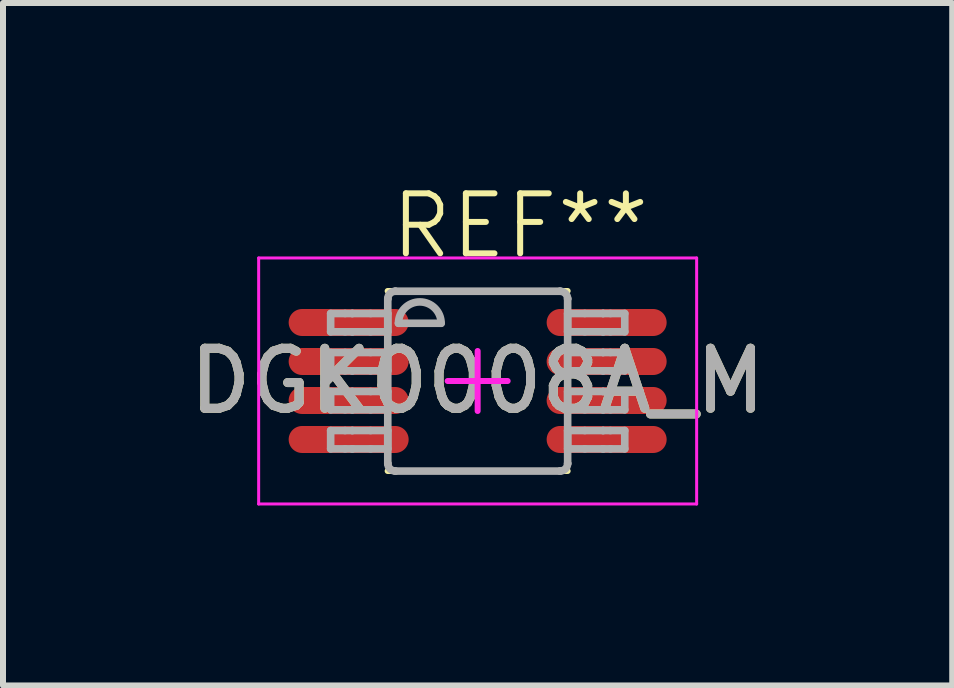
<source format=kicad_pcb>
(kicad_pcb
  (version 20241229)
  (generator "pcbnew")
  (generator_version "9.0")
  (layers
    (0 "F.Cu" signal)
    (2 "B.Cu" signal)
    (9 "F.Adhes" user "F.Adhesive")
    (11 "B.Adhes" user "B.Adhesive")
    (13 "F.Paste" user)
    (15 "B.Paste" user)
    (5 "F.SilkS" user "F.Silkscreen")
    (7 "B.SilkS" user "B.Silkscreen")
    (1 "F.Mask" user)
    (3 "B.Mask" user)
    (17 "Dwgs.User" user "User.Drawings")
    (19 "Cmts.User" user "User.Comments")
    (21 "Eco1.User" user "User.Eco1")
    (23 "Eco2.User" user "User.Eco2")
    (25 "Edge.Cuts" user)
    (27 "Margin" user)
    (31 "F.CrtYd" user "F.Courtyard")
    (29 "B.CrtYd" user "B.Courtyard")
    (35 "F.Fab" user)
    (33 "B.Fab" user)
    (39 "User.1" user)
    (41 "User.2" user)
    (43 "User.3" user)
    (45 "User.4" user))
  (footprint "DGK0008A_M"
    (layer "F.Cu")
    (at 4.911 3.3)
    (property "Reference" "DGK0008A_M" (at 0 0 0) (unlocked yes) (layer "F.SilkS") (effects (font (size 1 1) (thickness 0.15))))
    (attr smd)
    (fp_line (start -1.5 -1.5) (end 1.5 -1.5) (stroke (width 0.1) (type default)) (layer "F.SilkS"))
    (fp_line (start -1.5 1.5) (end 1.5 1.5) (stroke (width 0.1) (type default)) (layer "F.SilkS"))
    (fp_line (start -3.65 -2.05) (end 3.65 -2.05) (stroke (width 0.05) (type solid)) (layer "F.CrtYd"))
    (fp_line (start -3.65 2.05) (end -3.65 -2.05) (stroke (width 0.05) (type solid)) (layer "F.CrtYd"))
    (fp_line (start -3.65 2.05) (end 3.65 2.05) (stroke (width 0.05) (type solid)) (layer "F.CrtYd"))
    (fp_line (start -0.5 -0.000003) (end 0.5 -0.000003) (stroke (width 0.1) (type solid)) (layer "F.CrtYd"))
    (fp_line (start 0.000003 0.5) (end 0.000003 -0.5) (stroke (width 0.1) (type solid)) (layer "F.CrtYd"))
    (fp_line (start 3.65 2.05) (end 3.65 -2.05) (stroke (width 0.05) (type solid)) (layer "F.CrtYd"))
    (fp_line (start -2.45 -1.125) (end -2.21 -1.125) (stroke (width 0.127) (type solid)) (layer "F.Fab"))
    (fp_line (start -2.45 -0.82) (end -2.45 -1.125) (stroke (width 0.127) (type solid)) (layer "F.Fab"))
    (fp_line (start -2.45 -0.82) (end -2.21 -0.82) (stroke (width 0.127) (type solid)) (layer "F.Fab"))
    (fp_line (start -2.45 -0.475) (end -2.21 -0.475) (stroke (width 0.127) (type solid)) (layer "F.Fab"))
    (fp_line (start -2.45 -0.17) (end -2.45 -0.475) (stroke (width 0.127) (type solid)) (layer "F.Fab"))
    (fp_line (start -2.45 -0.17) (end -2.21 -0.17) (stroke (width 0.127) (type solid)) (layer "F.Fab"))
    (fp_line (start -2.45 0.175) (end -2.21 0.175) (stroke (width 0.127) (type solid)) (layer "F.Fab"))
    (fp_line (start -2.45 0.48) (end -2.45 0.175) (stroke (width 0.127) (type solid)) (layer "F.Fab"))
    (fp_line (start -2.45 0.48) (end -2.21 0.48) (stroke (width 0.127) (type solid)) (layer "F.Fab"))
    (fp_line (start -2.45 0.826) (end -2.21 0.826) (stroke (width 0.127) (type solid)) (layer "F.Fab"))
    (fp_line (start -2.45 1.131) (end -2.45 0.826) (stroke (width 0.127) (type solid)) (layer "F.Fab"))
    (fp_line (start -2.45 1.131) (end -2.21 1.131) (stroke (width 0.127) (type solid)) (layer "F.Fab"))
    (fp_line (start -2.21 -1.125) (end -2.091 -1.125) (stroke (width 0.127) (type solid)) (layer "F.Fab"))
    (fp_line (start -2.21 -0.82) (end -2.091 -0.82) (stroke (width 0.127) (type solid)) (layer "F.Fab"))
    (fp_line (start -2.21 -0.475) (end -2.091 -0.475) (stroke (width 0.127) (type solid)) (layer "F.Fab"))
    (fp_line (start -2.21 -0.17) (end -2.091 -0.17) (stroke (width 0.127) (type solid)) (layer "F.Fab"))
    (fp_line (start -2.21 0.175) (end -2.091 0.175) (stroke (width 0.127) (type solid)) (layer "F.Fab"))
    (fp_line (start -2.21 0.48) (end -2.091 0.48) (stroke (width 0.127) (type solid)) (layer "F.Fab"))
    (fp_line (start -2.21 0.826) (end -2.091 0.826) (stroke (width 0.127) (type solid)) (layer "F.Fab"))
    (fp_line (start -2.21 1.131) (end -2.091 1.131) (stroke (width 0.127) (type solid)) (layer "F.Fab"))
    (fp_line (start -2.091 -1.125) (end -2.087 -1.125) (stroke (width 0.127) (type solid)) (layer "F.Fab"))
    (fp_line (start -2.091 -0.82) (end -2.087 -0.82) (stroke (width 0.127) (type solid)) (layer "F.Fab"))
    (fp_line (start -2.091 -0.475) (end -2.087 -0.475) (stroke (width 0.127) (type solid)) (layer "F.Fab"))
    (fp_line (start -2.091 -0.17) (end -2.087 -0.17) (stroke (width 0.127) (type solid)) (layer "F.Fab"))
    (fp_line (start -2.091 0.175) (end -2.087 0.175) (stroke (width 0.127) (type solid)) (layer "F.Fab"))
    (fp_line (start -2.091 0.48) (end -2.087 0.48) (stroke (width 0.127) (type solid)) (layer "F.Fab"))
    (fp_line (start -2.091 0.826) (end -2.087 0.826) (stroke (width 0.127) (type solid)) (layer "F.Fab"))
    (fp_line (start -2.091 1.131) (end -2.087 1.131) (stroke (width 0.127) (type solid)) (layer "F.Fab"))
    (fp_line (start -2.087 -1.125) (end -1.784 -1.125) (stroke (width 0.127) (type solid)) (layer "F.Fab"))
    (fp_line (start -2.087 -0.82) (end -1.784 -0.82) (stroke (width 0.127) (type solid)) (layer "F.Fab"))
    (fp_line (start -2.087 -0.475) (end -1.784 -0.475) (stroke (width 0.127) (type solid)) (layer "F.Fab"))
    (fp_line (start -2.087 -0.17) (end -1.784 -0.17) (stroke (width 0.127) (type solid)) (layer "F.Fab"))
    (fp_line (start -2.087 0.175) (end -1.784 0.175) (stroke (width 0.127) (type solid)) (layer "F.Fab"))
    (fp_line (start -2.087 0.48) (end -1.784 0.48) (stroke (width 0.127) (type solid)) (layer "F.Fab"))
    (fp_line (start -2.087 0.826) (end -1.784 0.826) (stroke (width 0.127) (type solid)) (layer "F.Fab"))
    (fp_line (start -2.087 1.131) (end -1.784 1.131) (stroke (width 0.127) (type solid)) (layer "F.Fab"))
    (fp_line (start -1.784 -1.125) (end -1.498 -1.125) (stroke (width 0.127) (type solid)) (layer "F.Fab"))
    (fp_line (start -1.784 -0.82) (end -1.498 -0.82) (stroke (width 0.127) (type solid)) (layer "F.Fab"))
    (fp_line (start -1.784 -0.475) (end -1.498 -0.475) (stroke (width 0.127) (type solid)) (layer "F.Fab"))
    (fp_line (start -1.784 -0.17) (end -1.498 -0.17) (stroke (width 0.127) (type solid)) (layer "F.Fab"))
    (fp_line (start -1.784 0.175) (end -1.498 0.175) (stroke (width 0.127) (type solid)) (layer "F.Fab"))
    (fp_line (start -1.784 0.48) (end -1.498 0.48) (stroke (width 0.127) (type solid)) (layer "F.Fab"))
    (fp_line (start -1.784 0.826) (end -1.498 0.826) (stroke (width 0.127) (type solid)) (layer "F.Fab"))
    (fp_line (start -1.784 1.131) (end -1.498 1.131) (stroke (width 0.127) (type solid)) (layer "F.Fab"))
    (fp_line (start -1.498 -1.369) (end -1.497 -1.372) (stroke (width 0.127) (type solid)) (layer "F.Fab"))
    (fp_line (start -1.498 -0.82) (end -1.498 -1.125) (stroke (width 0.127) (type solid)) (layer "F.Fab"))
    (fp_line (start -1.498 -0.17) (end -1.498 -0.475) (stroke (width 0.127) (type solid)) (layer "F.Fab"))
    (fp_line (start -1.498 0.48) (end -1.498 0.175) (stroke (width 0.127) (type solid)) (layer "F.Fab"))
    (fp_line (start -1.498 1.131) (end -1.498 0.826) (stroke (width 0.127) (type solid)) (layer "F.Fab"))
    (fp_line (start -1.498 1.374) (end -1.498 -1.369) (stroke (width 0.127) (type solid)) (layer "F.Fab"))
    (fp_line (start -1.498 1.374) (end -1.497 1.377) (stroke (width 0.127) (type solid)) (layer "F.Fab"))
    (fp_line (start -1.373 -1.496) (end -1.371 -1.496) (stroke (width 0.127) (type solid)) (layer "F.Fab"))
    (fp_line (start -1.373 1.501) (end -1.371 1.501) (stroke (width 0.127) (type solid)) (layer "F.Fab"))
    (fp_line (start -1.371 -1.496) (end 1.373 -1.496) (stroke (width 0.127) (type solid)) (layer "F.Fab"))
    (fp_line (start -1.371 1.501) (end 1.373 1.501) (stroke (width 0.127) (type solid)) (layer "F.Fab"))
    (fp_line (start -1.32 -0.962) (end -0.609 -0.962) (stroke (width 0.127) (type solid)) (layer "F.Fab"))
    (fp_line (start 1.373 -1.496) (end 1.375 -1.496) (stroke (width 0.127) (type solid)) (layer "F.Fab"))
    (fp_line (start 1.373 1.501) (end 1.375 1.501) (stroke (width 0.127) (type solid)) (layer "F.Fab"))
    (fp_line (start 1.5 -1.372) (end 1.5 -1.369) (stroke (width 0.127) (type solid)) (layer "F.Fab"))
    (fp_line (start 1.5 1.377) (end 1.5 1.374) (stroke (width 0.127) (type solid)) (layer "F.Fab"))
    (fp_line (start 1.5 -1.125) (end 1.786 -1.125) (stroke (width 0.127) (type solid)) (layer "F.Fab"))
    (fp_line (start 1.5 -0.82) (end 1.5 -1.125) (stroke (width 0.127) (type solid)) (layer "F.Fab"))
    (fp_line (start 1.5 -0.82) (end 1.786 -0.82) (stroke (width 0.127) (type solid)) (layer "F.Fab"))
    (fp_line (start 1.5 -0.475) (end 1.786 -0.475) (stroke (width 0.127) (type solid)) (layer "F.Fab"))
    (fp_line (start 1.5 -0.17) (end 1.5 -0.475) (stroke (width 0.127) (type solid)) (layer "F.Fab"))
    (fp_line (start 1.5 -0.17) (end 1.786 -0.17) (stroke (width 0.127) (type solid)) (layer "F.Fab"))
    (fp_line (start 1.5 0.175) (end 1.786 0.175) (stroke (width 0.127) (type solid)) (layer "F.Fab"))
    (fp_line (start 1.5 0.48) (end 1.5 0.175) (stroke (width 0.127) (type solid)) (layer "F.Fab"))
    (fp_line (start 1.5 0.48) (end 1.786 0.48) (stroke (width 0.127) (type solid)) (layer "F.Fab"))
    (fp_line (start 1.5 0.826) (end 1.786 0.826) (stroke (width 0.127) (type solid)) (layer "F.Fab"))
    (fp_line (start 1.5 1.131) (end 1.5 0.826) (stroke (width 0.127) (type solid)) (layer "F.Fab"))
    (fp_line (start 1.5 1.131) (end 1.786 1.131) (stroke (width 0.127) (type solid)) (layer "F.Fab"))
    (fp_line (start 1.5 1.374) (end 1.5 -1.369) (stroke (width 0.127) (type solid)) (layer "F.Fab"))
    (fp_line (start 1.786 -1.125) (end 2.089 -1.125) (stroke (width 0.127) (type solid)) (layer "F.Fab"))
    (fp_line (start 1.786 -0.82) (end 2.089 -0.82) (stroke (width 0.127) (type solid)) (layer "F.Fab"))
    (fp_line (start 1.786 -0.475) (end 2.089 -0.475) (stroke (width 0.127) (type solid)) (layer "F.Fab"))
    (fp_line (start 1.786 -0.17) (end 2.089 -0.17) (stroke (width 0.127) (type solid)) (layer "F.Fab"))
    (fp_line (start 1.786 0.175) (end 2.089 0.175) (stroke (width 0.127) (type solid)) (layer "F.Fab"))
    (fp_line (start 1.786 0.48) (end 2.089 0.48) (stroke (width 0.127) (type solid)) (layer "F.Fab"))
    (fp_line (start 1.786 0.826) (end 2.089 0.826) (stroke (width 0.127) (type solid)) (layer "F.Fab"))
    (fp_line (start 1.786 1.131) (end 2.089 1.131) (stroke (width 0.127) (type solid)) (layer "F.Fab"))
    (fp_line (start 2.089 -1.125) (end 2.093 -1.125) (stroke (width 0.127) (type solid)) (layer "F.Fab"))
    (fp_line (start 2.089 -0.82) (end 2.093 -0.82) (stroke (width 0.127) (type solid)) (layer "F.Fab"))
    (fp_line (start 2.089 -0.475) (end 2.093 -0.475) (stroke (width 0.127) (type solid)) (layer "F.Fab"))
    (fp_line (start 2.089 -0.17) (end 2.093 -0.17) (stroke (width 0.127) (type solid)) (layer "F.Fab"))
    (fp_line (start 2.089 0.175) (end 2.093 0.175) (stroke (width 0.127) (type solid)) (layer "F.Fab"))
    (fp_line (start 2.089 0.48) (end 2.093 0.48) (stroke (width 0.127) (type solid)) (layer "F.Fab"))
    (fp_line (start 2.089 0.826) (end 2.093 0.826) (stroke (width 0.127) (type solid)) (layer "F.Fab"))
    (fp_line (start 2.089 1.131) (end 2.093 1.131) (stroke (width 0.127) (type solid)) (layer "F.Fab"))
    (fp_line (start 2.093 -1.125) (end 2.213 -1.125) (stroke (width 0.127) (type solid)) (layer "F.Fab"))
    (fp_line (start 2.093 -0.82) (end 2.213 -0.82) (stroke (width 0.127) (type solid)) (layer "F.Fab"))
    (fp_line (start 2.093 -0.475) (end 2.213 -0.475) (stroke (width 0.127) (type solid)) (layer "F.Fab"))
    (fp_line (start 2.093 -0.17) (end 2.213 -0.17) (stroke (width 0.127) (type solid)) (layer "F.Fab"))
    (fp_line (start 2.093 0.175) (end 2.213 0.175) (stroke (width 0.127) (type solid)) (layer "F.Fab"))
    (fp_line (start 2.093 0.48) (end 2.213 0.48) (stroke (width 0.127) (type solid)) (layer "F.Fab"))
    (fp_line (start 2.093 0.826) (end 2.213 0.826) (stroke (width 0.127) (type solid)) (layer "F.Fab"))
    (fp_line (start 2.093 1.131) (end 2.213 1.131) (stroke (width 0.127) (type solid)) (layer "F.Fab"))
    (fp_line (start 2.213 -1.125) (end 2.452 -1.125) (stroke (width 0.127) (type solid)) (layer "F.Fab"))
    (fp_line (start 2.213 -0.82) (end 2.452 -0.82) (stroke (width 0.127) (type solid)) (layer "F.Fab"))
    (fp_line (start 2.213 -0.475) (end 2.452 -0.475) (stroke (width 0.127) (type solid)) (layer "F.Fab"))
    (fp_line (start 2.213 -0.17) (end 2.452 -0.17) (stroke (width 0.127) (type solid)) (layer "F.Fab"))
    (fp_line (start 2.213 0.175) (end 2.452 0.175) (stroke (width 0.127) (type solid)) (layer "F.Fab"))
    (fp_line (start 2.213 0.48) (end 2.452 0.48) (stroke (width 0.127) (type solid)) (layer "F.Fab"))
    (fp_line (start 2.213 0.826) (end 2.452 0.826) (stroke (width 0.127) (type solid)) (layer "F.Fab"))
    (fp_line (start 2.213 1.131) (end 2.452 1.131) (stroke (width 0.127) (type solid)) (layer "F.Fab"))
    (fp_line (start 2.452 -0.82) (end 2.452 -1.125) (stroke (width 0.127) (type solid)) (layer "F.Fab"))
    (fp_line (start 2.452 -0.17) (end 2.452 -0.475) (stroke (width 0.127) (type solid)) (layer "F.Fab"))
    (fp_line (start 2.452 0.48) (end 2.452 0.175) (stroke (width 0.127) (type solid)) (layer "F.Fab"))
    (fp_line (start 2.452 1.131) (end 2.452 0.826) (stroke (width 0.127) (type solid)) (layer "F.Fab"))
    (fp_arc (start -1.497476 -1.371582) (mid -1.460306 -1.458644) (end -1.373243 -1.495814) (stroke (width 0.127) (type solid)) (layer "F.Fab"))
    (fp_arc (start -1.373243 1.501336) (mid -1.460306 1.464166) (end -1.497476 1.377104) (stroke (width 0.127) (type solid)) (layer "F.Fab"))
    (fp_arc (start -1.3197 -0.962439) (mid -0.9641 -1.318039) (end -0.6085 -0.962439) (stroke (width 0.127) (type solid)) (layer "F.Fab"))
    (fp_arc (start 1.375443 -1.495814) (mid 1.462505 -1.458644) (end 1.499675 -1.371582) (stroke (width 0.127) (type solid)) (layer "F.Fab"))
    (fp_arc (start 1.499675 1.377104) (mid 1.462505 1.464166) (end 1.375443 1.501336) (stroke (width 0.127) (type solid)) (layer "F.Fab"))
    (fp_text user "REF**" (at -1.5 -2 0) (unlocked yes) (layer "F.SilkS") (effects (font (size 1 1) (thickness 0.1)) (justify left bottom)))
    (fp_text user "${REFERENCE}" (at 0 0 0) (unlocked yes) (layer "F.Fab") (effects (font (size 1 1) (thickness 0.15))))
    (pad "1" smd oval (at -2.15 -0.975 90) (size 0.45 2) (layers "F.Cu" "F.Mask" "F.Paste"))
    (pad "2" smd oval (at -2.15 -0.325 90) (size 0.45 2) (layers "F.Cu" "F.Mask" "F.Paste"))
    (pad "3" smd oval (at -2.15 0.325 90) (size 0.45 2) (layers "F.Cu" "F.Mask" "F.Paste"))
    (pad "4" smd oval (at -2.15 0.975 90) (size 0.45 2) (layers "F.Cu" "F.Mask" "F.Paste"))
    (pad "5" smd oval (at 2.15 0.975 90) (size 0.45 2) (layers "F.Cu" "F.Mask" "F.Paste"))
    (pad "6" smd oval (at 2.15 0.325 90) (size 0.45 2) (layers "F.Cu" "F.Mask" "F.Paste"))
    (pad "7" smd oval (at 2.15 -0.325 90) (size 0.45 2) (layers "F.Cu" "F.Mask" "F.Paste"))
    (pad "8" smd oval (at 2.15 -0.975 90) (size 0.45 2) (layers "F.Cu" "F.Mask" "F.Paste")))
  (gr_rect
    (start -3 -3)
    (end 12.821 8.375)
    (stroke (width 0.1) (type default))
    (fill no)
    (layer "Edge.Cuts")))
</source>
